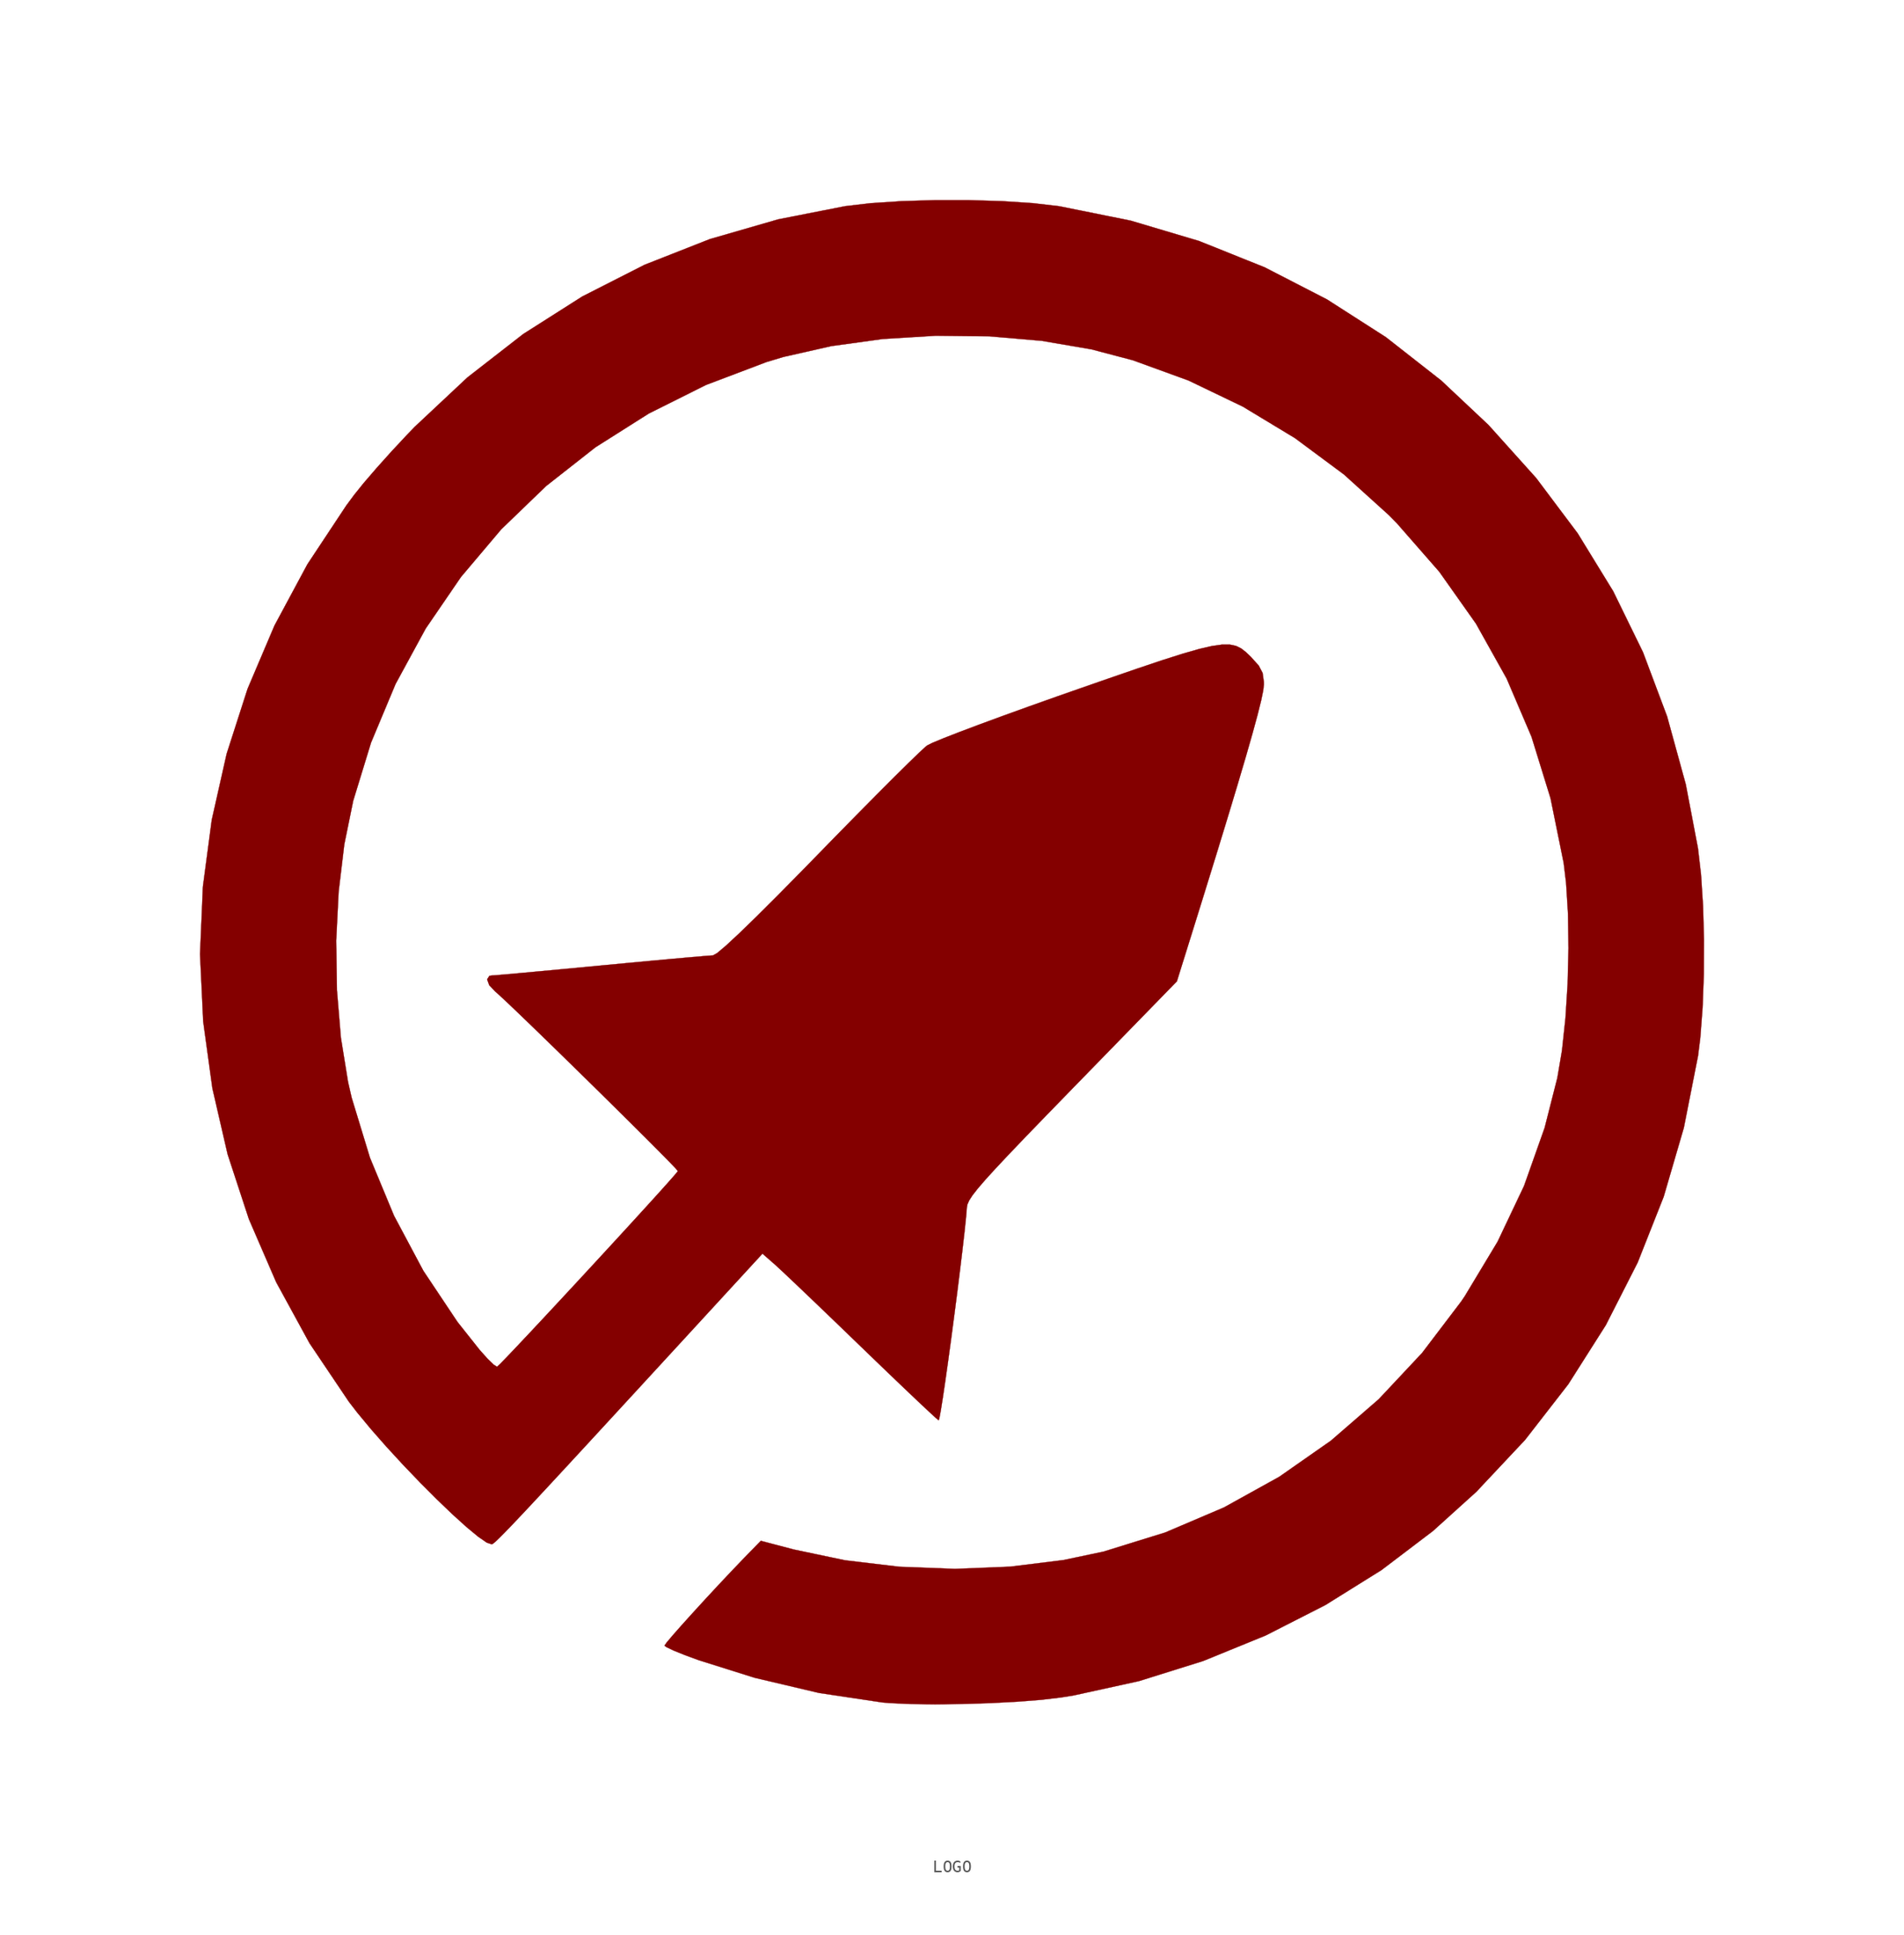
<source format=kicad_sym>
(kicad_symbol_lib
  (version 20220914)
  (generator "bitmap2component")
  (generator_version "9.0")
  (symbol "LOGO"
    (pin_names
      (offset 1.016))
    (property "Reference" "#G"
      (at 0 66.918 0)
      (effects (font (size 1.27 1.27)) hide))
    (symbol "LOGO_0_0"
      (polyline (pts (xy 0.813 -60.652) (xy 3.08 -60.58) (xy 5.255 -60.466) (xy 7.196 -60.313) (xy 8.76 -60.126) (xy 9.814 -59.955) (xy 15.053 -58.805) (xy 20.232 -57.184) (xy 25.272 -55.127) (xy 30.095 -52.67) (xy 34.623 -49.848) (xy 38.776 -46.696) (xy 42.273 -43.538) (xy 46.209 -39.348) (xy 49.695 -34.861) (xy 52.725 -30.089) (xy 55.293 -25.044) (xy 57.393 -19.736) (xy 59.019 -14.176) (xy 60.164 -8.377) (xy 60.348 -6.907) (xy 60.534 -4.48) (xy 60.633 -1.793) (xy 60.645 0.995) (xy 60.57 3.724) (xy 60.408 6.238) (xy 60.159 8.377) (xy 59.177 13.527) (xy 57.671 19.003) (xy 55.724 24.186) (xy 53.323 29.101) (xy 50.454 33.776) (xy 47.103 38.238) (xy 43.258 42.515) (xy 39.441 46.103) (xy 34.977 49.599) (xy 30.223 52.645) (xy 25.195 55.233) (xy 19.912 57.353) (xy 14.39 58.997) (xy 8.647 60.156) (xy 8.568 60.168) (xy 6.481 60.41) (xy 4.018 60.571) (xy 1.33 60.652) (xy -1.432 60.652) (xy -4.117 60.571) (xy -6.572 60.41) (xy -8.647 60.168) (xy -14.058 59.105) (xy -19.581 57.509) (xy -24.852 55.435) (xy -29.87 52.883) (xy -34.634 49.855) (xy -39.14 46.352) (xy -43.387 42.374) (xy -43.998 41.741) (xy -45.25 40.4) (xy -46.455 39.059) (xy -47.501 37.845) (xy -48.274 36.884) (xy -48.91 36.027) (xy -52.053 31.28) (xy -54.71 26.337) (xy -56.882 21.231) (xy -58.569 15.994) (xy -59.771 10.66) (xy -60.487 5.262) (xy -60.718 -0.168) (xy -60.462 -5.595) (xy -59.72 -10.987) (xy -58.491 -16.312) (xy -56.776 -21.535) (xy -54.574 -26.624) (xy -51.885 -31.546) (xy -48.709 -36.267) (xy -48.027 -37.15) (xy -46.924 -38.48) (xy -45.678 -39.898) (xy -44.343 -41.348) (xy -42.975 -42.775) (xy -41.63 -44.123) (xy -40.361 -45.34) (xy -39.226 -46.367) (xy -38.278 -47.152) (xy -37.574 -47.638) (xy -37.168 -47.771) (xy -37.065 -47.713) (xy -36.874 -47.554) (xy -36.575 -47.27) (xy -36.143 -46.836) (xy -35.555 -46.227) (xy -34.789 -45.418) (xy -33.82 -44.385) (xy -32.626 -43.102) (xy -31.183 -41.545) (xy -29.468 -39.689) (xy -27.458 -37.508) (xy -25.13 -34.98) (xy -22.459 -32.077) (xy -15.331 -24.326) (xy -14.353 -25.18) (xy -14.237 -25.284) (xy -13.673 -25.807) (xy -12.799 -26.633) (xy -11.673 -27.705) (xy -10.351 -28.971) (xy -8.89 -30.376) (xy -7.348 -31.865) (xy -6.654 -32.534) (xy -5.208 -33.926) (xy -3.906 -35.171) (xy -2.797 -36.224) (xy -1.929 -37.039) (xy -1.352 -37.569) (xy -1.113 -37.769) (xy -1.056 -37.597) (xy -0.938 -36.962) (xy -0.774 -35.931) (xy -0.574 -34.579) (xy -0.348 -32.984) (xy -0.108 -31.222) (xy 0.138 -29.368) (xy 0.38 -27.499) (xy 0.606 -25.691) (xy 0.808 -24.02) (xy 0.975 -22.561) (xy 1.096 -21.392) (xy 1.163 -20.589) (xy 1.211 -20.342) (xy 1.352 -20.029) (xy 1.618 -19.619) (xy 2.042 -19.077) (xy 2.654 -18.366) (xy 3.486 -17.451) (xy 4.572 -16.296) (xy 5.941 -14.864) (xy 7.628 -13.121) (xy 9.663 -11.029) (xy 18.11 -2.362) (xy 19.176 1.048) (xy 20.09 3.98) (xy 21.218 7.621) (xy 22.188 10.788) (xy 23.008 13.503) (xy 23.684 15.789) (xy 24.222 17.668) (xy 24.629 19.163) (xy 24.912 20.297) (xy 25.076 21.092) (xy 25.13 21.571) (xy 25.127 21.798) (xy 25.029 22.512) (xy 24.716 23.108) (xy 24.081 23.811) (xy 24.068 23.823) (xy 23.678 24.197) (xy 23.299 24.491) (xy 22.884 24.696) (xy 22.384 24.804) (xy 21.753 24.804) (xy 20.944 24.689) (xy 19.908 24.448) (xy 18.6 24.074) (xy 16.971 23.557) (xy 14.973 22.887) (xy 12.561 22.056) (xy 9.687 21.055) (xy 8.446 20.62) (xy 6.165 19.81) (xy 4.049 19.046) (xy 2.155 18.349) (xy 0.541 17.741) (xy -0.736 17.243) (xy -1.617 16.877) (xy -2.044 16.664) (xy -2.173 16.559) (xy -2.699 16.074) (xy -3.535 15.265) (xy -4.638 14.176) (xy -5.962 12.851) (xy -7.464 11.335) (xy -9.101 9.671) (xy -10.826 7.904) (xy -12.057 6.643) (xy -14.11 4.561) (xy -15.835 2.842) (xy -17.227 1.492) (xy -18.277 0.518) (xy -18.977 -0.072) (xy -19.32 -0.27) (xy -19.445 -0.276) (xy -20.072 -0.324) (xy -21.134 -0.415) (xy -22.56 -0.542) (xy -24.283 -0.7) (xy -26.231 -0.882) (xy -28.336 -1.081) (xy -29.378 -1.181) (xy -31.401 -1.372) (xy -33.226 -1.542) (xy -34.785 -1.686) (xy -36.009 -1.796) (xy -36.832 -1.867) (xy -37.185 -1.891) (xy -37.372 -1.923) (xy -37.55 -2.204) (xy -37.379 -2.671) (xy -36.888 -3.191) (xy -36.715 -3.339) (xy -36.156 -3.854) (xy -35.318 -4.648) (xy -34.252 -5.673) (xy -33.009 -6.876) (xy -31.641 -8.208) (xy -30.198 -9.619) (xy -28.733 -11.057) (xy -27.297 -12.473) (xy -25.941 -13.815) (xy -24.716 -15.034) (xy -23.674 -16.079) (xy -22.866 -16.899) (xy -22.343 -17.444) (xy -22.157 -17.664) (xy -22.168 -17.685) (xy -22.428 -18) (xy -22.997 -18.645) (xy -23.827 -19.569) (xy -24.872 -20.718) (xy -26.082 -22.042) (xy -27.41 -23.488) (xy -28.808 -25.005) (xy -30.227 -26.54) (xy -31.621 -28.042) (xy -32.94 -29.459) (xy -34.138 -30.738) (xy -35.165 -31.829) (xy -35.974 -32.679) (xy -36.517 -33.236) (xy -36.747 -33.448) (xy -36.752 -33.449) (xy -37.021 -33.281) (xy -37.52 -32.796) (xy -38.146 -32.097) (xy -39.938 -29.84) (xy -42.695 -25.71) (xy -45.062 -21.27) (xy -47.004 -16.593) (xy -48.48 -11.754) (xy -48.772 -10.487) (xy -49.351 -6.91) (xy -49.671 -3.059) (xy -49.73 0.921) (xy -49.531 4.887) (xy -49.074 8.694) (xy -48.358 12.198) (xy -46.919 16.89) (xy -44.937 21.628) (xy -42.508 26.093) (xy -39.658 30.259) (xy -36.408 34.102) (xy -32.783 37.596) (xy -28.806 40.718) (xy -24.5 43.442) (xy -19.89 45.744) (xy -14.997 47.597) (xy -13.642 48.004) (xy -9.781 48.878) (xy -5.64 49.45) (xy -1.345 49.715) (xy 2.98 49.667) (xy 7.208 49.304) (xy 11.214 48.618) (xy 14.556 47.738) (xy 19.048 46.104) (xy 23.431 43.998) (xy 27.636 41.458) (xy 31.59 38.525) (xy 35.226 35.237) (xy 35.859 34.594) (xy 39.288 30.674) (xy 42.242 26.496) (xy 44.723 22.059) (xy 46.729 17.362) (xy 48.263 12.404) (xy 49.324 7.184) (xy 49.517 5.578) (xy 49.673 3.07) (xy 49.713 0.308) (xy 49.642 -2.552) (xy 49.465 -5.352) (xy 49.187 -7.938) (xy 48.811 -10.152) (xy 47.786 -14.176) (xy 46.126 -18.86) (xy 43.99 -23.36) (xy 41.347 -27.749) (xy 41.045 -28.196) (xy 37.903 -32.329) (xy 34.395 -36.072) (xy 30.544 -39.41) (xy 26.373 -42.324) (xy 21.906 -44.799) (xy 17.168 -46.818) (xy 12.181 -48.363) (xy 8.952 -49.043) (xy 4.661 -49.574) (xy 0.205 -49.754) (xy -4.28 -49.583) (xy -8.66 -49.062) (xy -12.798 -48.192) (xy -15.463 -47.491) (xy -16.486 -48.538) (xy -16.765 -48.825) (xy -17.763 -49.866) (xy -18.834 -51.003) (xy -19.915 -52.167) (xy -20.942 -53.288) (xy -21.851 -54.296) (xy -22.579 -55.121) (xy -23.063 -55.694) (xy -23.238 -55.945) (xy -23.076 -56.069) (xy -22.494 -56.343) (xy -21.59 -56.708) (xy -20.469 -57.12) (xy -15.971 -58.535) (xy -10.767 -59.762) (xy -5.675 -60.525) (xy -5.111 -60.574) (xy -3.425 -60.653) (xy -1.402 -60.678) (xy 0.813 -60.652)) (stroke (width 0.01) (type default)) (fill (type outline))))))
</source>
